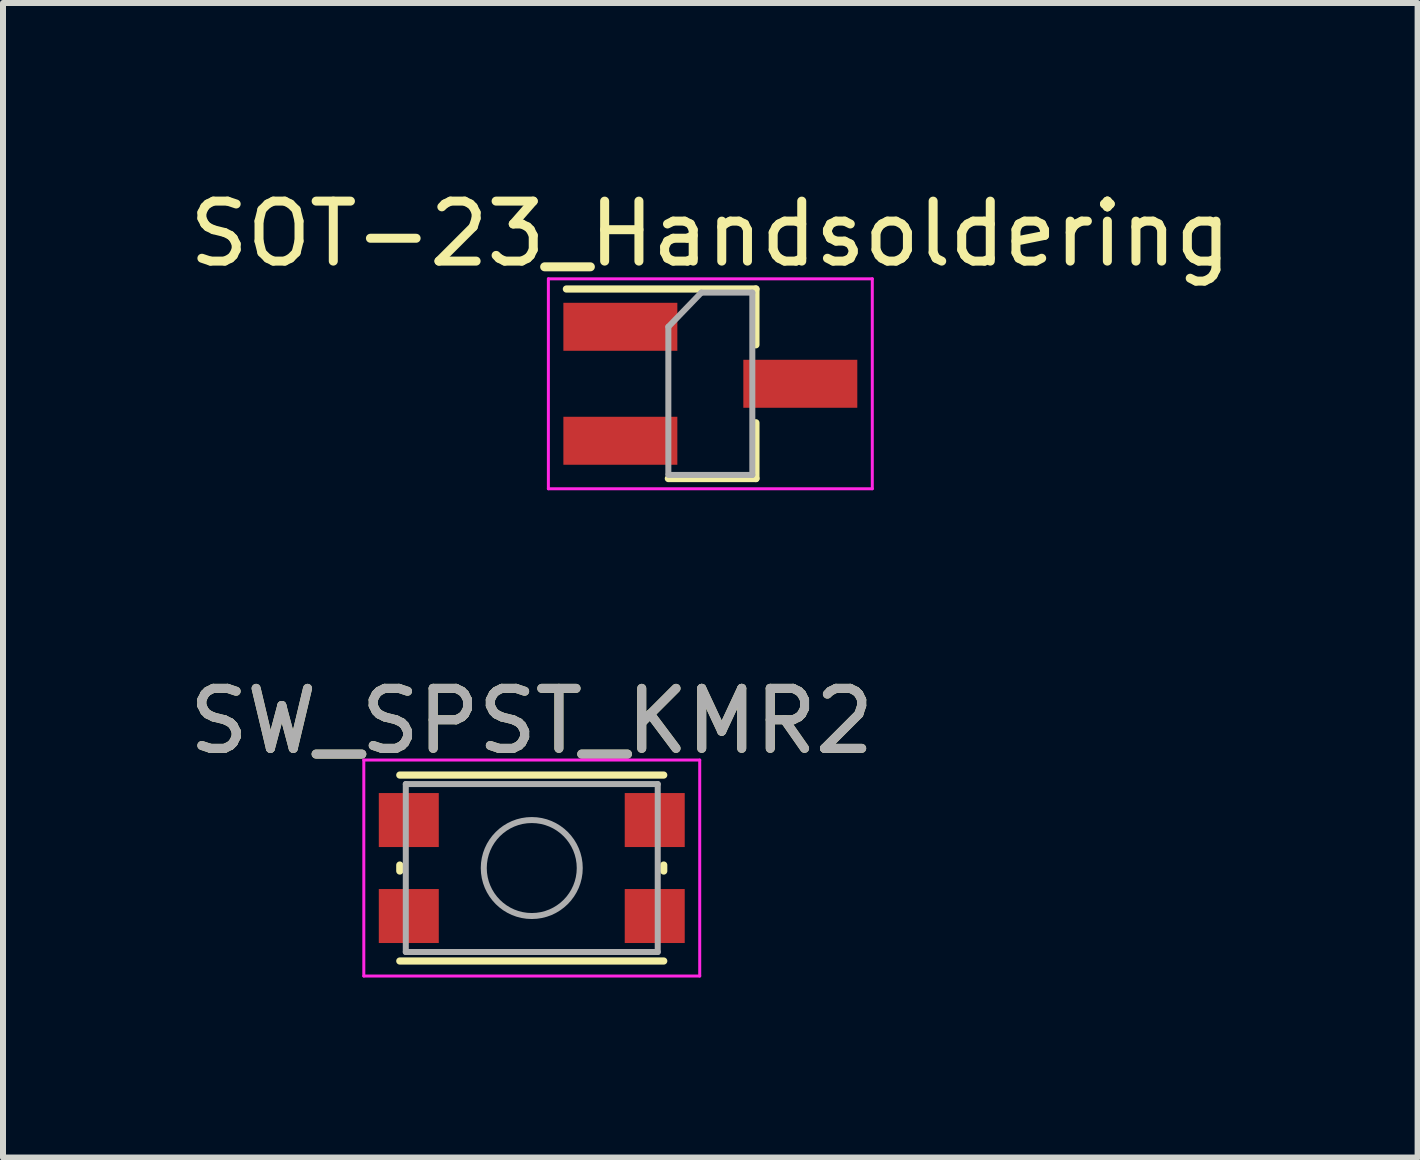
<source format=kicad_pcb>
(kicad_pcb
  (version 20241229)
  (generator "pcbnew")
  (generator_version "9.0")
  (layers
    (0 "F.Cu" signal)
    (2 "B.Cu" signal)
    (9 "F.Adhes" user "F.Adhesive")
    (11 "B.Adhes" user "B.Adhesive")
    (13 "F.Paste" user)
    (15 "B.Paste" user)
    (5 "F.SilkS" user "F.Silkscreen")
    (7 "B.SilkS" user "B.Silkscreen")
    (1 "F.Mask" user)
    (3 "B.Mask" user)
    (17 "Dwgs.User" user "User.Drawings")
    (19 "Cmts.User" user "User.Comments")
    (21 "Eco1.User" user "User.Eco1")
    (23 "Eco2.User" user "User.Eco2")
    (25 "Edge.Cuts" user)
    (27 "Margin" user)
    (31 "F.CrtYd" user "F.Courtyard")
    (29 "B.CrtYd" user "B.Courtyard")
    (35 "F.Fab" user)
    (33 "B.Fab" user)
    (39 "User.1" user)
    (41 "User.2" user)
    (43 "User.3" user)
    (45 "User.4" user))
  (footprint "SOT-23_Handsoldering"
    (layer "F.Cu")
    (at 8.792 3.348)
    (property "Reference" "SOT-23_Handsoldering" (at 0 -2.5 0) (layer "F.SilkS") (effects (font (size 1 1) (thickness 0.15))))
    (attr smd)
    (fp_line (start 0.76 -1.58) (end -2.4 -1.58) (stroke (width 0.12) (type solid)) (layer "F.SilkS"))
    (fp_line (start 0.76 -1.58) (end 0.76 -0.65) (stroke (width 0.12) (type solid)) (layer "F.SilkS"))
    (fp_line (start 0.76 1.58) (end -0.7 1.58) (stroke (width 0.12) (type solid)) (layer "F.SilkS"))
    (fp_line (start 0.76 1.58) (end 0.76 0.65) (stroke (width 0.12) (type solid)) (layer "F.SilkS"))
    (fp_line (start -2.7 -1.75) (end 2.7 -1.75) (stroke (width 0.05) (type solid)) (layer "F.CrtYd"))
    (fp_line (start -2.7 1.75) (end -2.7 -1.75) (stroke (width 0.05) (type solid)) (layer "F.CrtYd"))
    (fp_line (start 2.7 -1.75) (end 2.7 1.75) (stroke (width 0.05) (type solid)) (layer "F.CrtYd"))
    (fp_line (start 2.7 1.75) (end -2.7 1.75) (stroke (width 0.05) (type solid)) (layer "F.CrtYd"))
    (fp_line (start -0.7 -0.95) (end -0.7 1.5) (stroke (width 0.1) (type solid)) (layer "F.Fab"))
    (fp_line (start -0.7 -0.95) (end -0.15 -1.52) (stroke (width 0.1) (type solid)) (layer "F.Fab"))
    (fp_line (start -0.7 1.52) (end 0.7 1.52) (stroke (width 0.1) (type solid)) (layer "F.Fab"))
    (fp_line (start -0.15 -1.52) (end 0.7 -1.52) (stroke (width 0.1) (type solid)) (layer "F.Fab"))
    (fp_line (start 0.7 -1.52) (end 0.7 1.52) (stroke (width 0.1) (type solid)) (layer "F.Fab"))
    (pad "1" smd rect (at -1.5 -0.95) (size 1.9 0.8) (layers "F.Cu" "F.Mask" "F.Paste"))
    (pad "2" smd rect (at -1.5 0.95) (size 1.9 0.8) (layers "F.Cu" "F.Mask" "F.Paste"))
    (pad "3" smd rect (at 1.5 0) (size 1.9 0.8) (layers "F.Cu" "F.Mask" "F.Paste")))
  (footprint "SW_SPST_KMR2"
    (layer "F.Cu")
    (at 5.815 11.421)
    (property "Reference" "SW_SPST_KMR2" (at 0 -2.45 0) (layer "F.SilkS") (effects (font (size 1 1) (thickness 0.15))))
    (attr smd)
    (fp_line (start -2.2 0.05) (end -2.2 -0.05) (stroke (width 0.12) (type solid)) (layer "F.SilkS"))
    (fp_line (start -2.2 1.55) (end 2.2 1.55) (stroke (width 0.12) (type solid)) (layer "F.SilkS"))
    (fp_line (start 2.2 -1.55) (end -2.2 -1.55) (stroke (width 0.12) (type solid)) (layer "F.SilkS"))
    (fp_line (start 2.2 0.05) (end 2.2 -0.05) (stroke (width 0.12) (type solid)) (layer "F.SilkS"))
    (fp_line (start -2.8 -1.8) (end 2.8 -1.8) (stroke (width 0.05) (type solid)) (layer "F.CrtYd"))
    (fp_line (start -2.8 1.8) (end -2.8 -1.8) (stroke (width 0.05) (type solid)) (layer "F.CrtYd"))
    (fp_line (start 2.8 -1.8) (end 2.8 1.8) (stroke (width 0.05) (type solid)) (layer "F.CrtYd"))
    (fp_line (start 2.8 1.8) (end -2.8 1.8) (stroke (width 0.05) (type solid)) (layer "F.CrtYd"))
    (fp_line (start -2.1 -1.4) (end 2.1 -1.4) (stroke (width 0.1) (type solid)) (layer "F.Fab"))
    (fp_line (start -2.1 1.4) (end -2.1 -1.4) (stroke (width 0.1) (type solid)) (layer "F.Fab"))
    (fp_line (start 2.1 -1.4) (end 2.1 1.4) (stroke (width 0.1) (type solid)) (layer "F.Fab"))
    (fp_line (start 2.1 1.4) (end -2.1 1.4) (stroke (width 0.1) (type solid)) (layer "F.Fab"))
    (fp_circle (center 0 0) (end 0 0.8) (stroke (width 0.1) (type solid)) (fill no) (layer "F.Fab"))
    (fp_text user "${REFERENCE}" (at 0 -2.45 0) (layer "F.Fab") (effects (font (size 1 1) (thickness 0.15))))
    (pad "1" smd rect (at -2.05 -0.8 90) (size 0.9 1) (layers "F.Cu" "F.Mask" "F.Paste"))
    (pad "2" smd rect (at 2.05 -0.8 90) (size 0.9 1) (layers "F.Cu" "F.Mask" "F.Paste"))
    (pad "3" smd rect (at -2.05 0.8 90) (size 0.9 1) (layers "F.Cu" "F.Mask" "F.Paste"))
    (pad "4" smd rect (at 2.05 0.8 90) (size 0.9 1) (layers "F.Cu" "F.Mask" "F.Paste")))
  (gr_rect
    (start -3 -3)
    (end 20.583 16.247)
    (stroke (width 0.1) (type default))
    (fill no)
    (layer "Edge.Cuts")))
</source>
